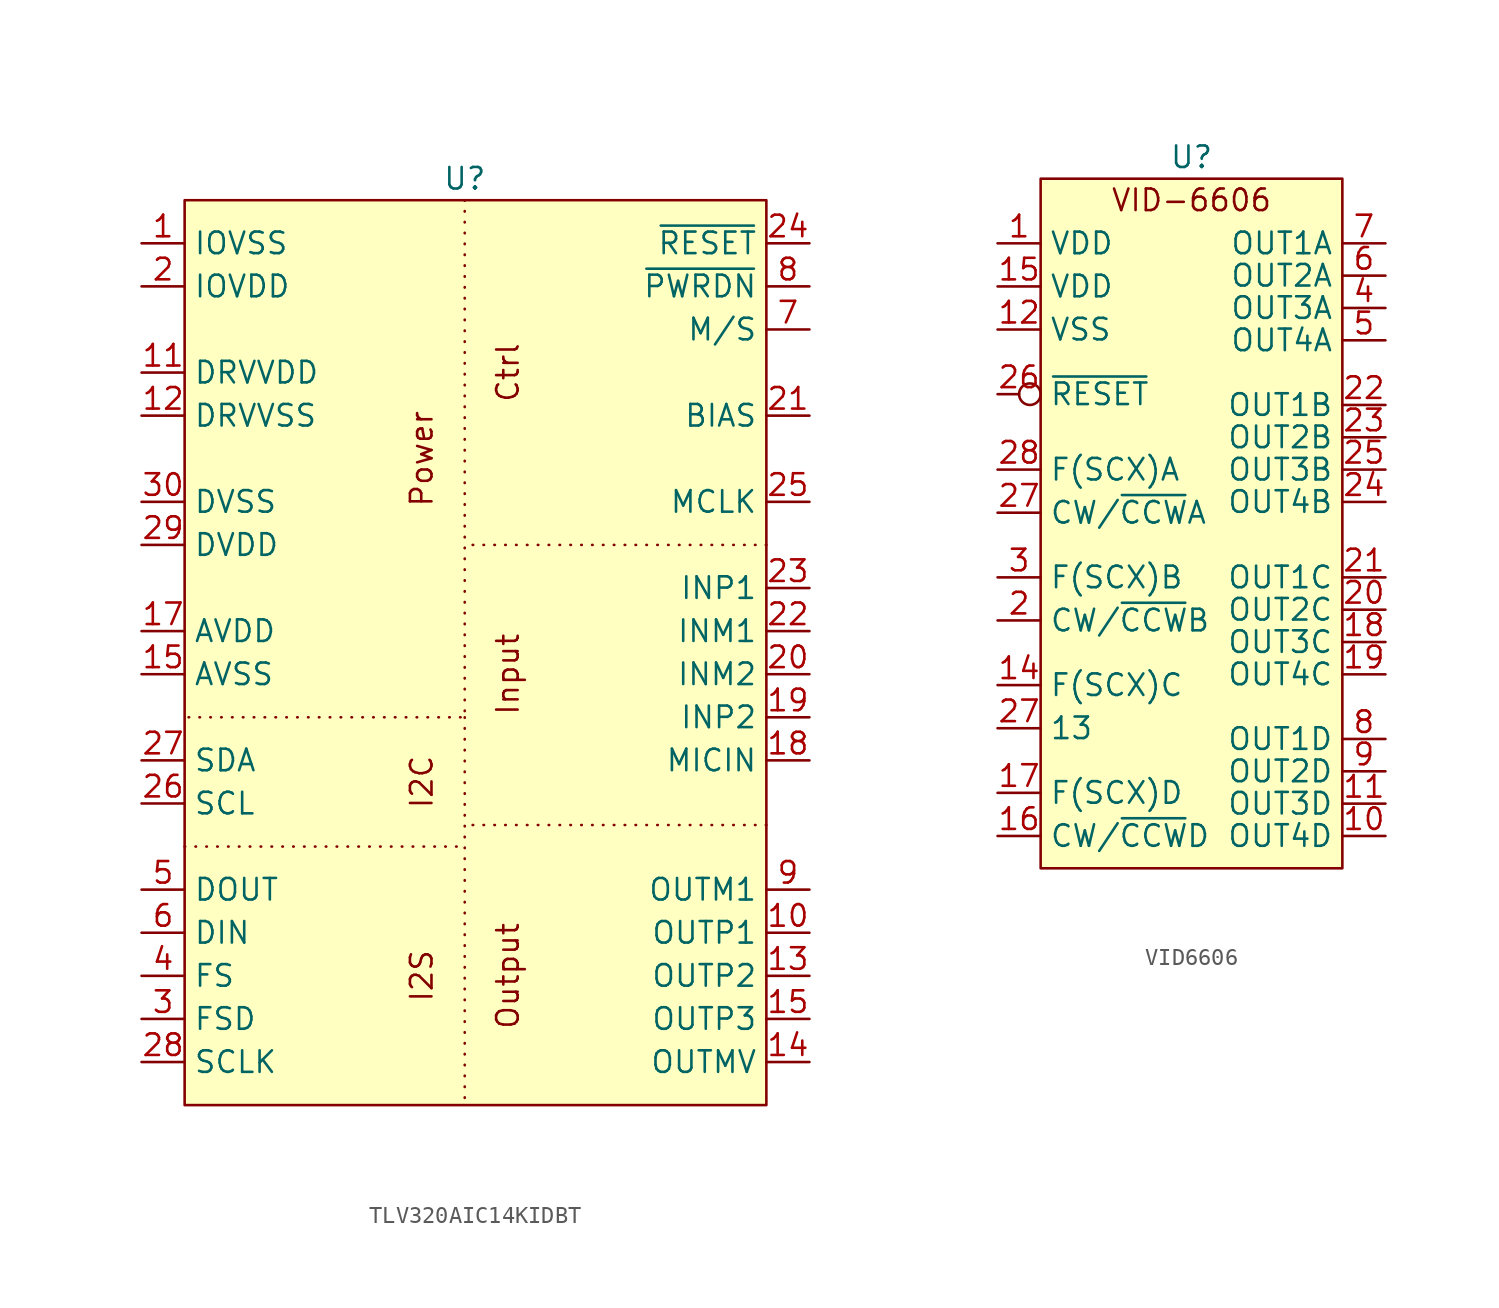
<source format=kicad_sym>
(kicad_symbol_lib
  (version 20220914)
  (generator kicad_symbol_editor)
  (symbol "TLV320AIC14KIDBT"
    (property "Reference" "U"
      (at 12.7 0 0)
      (effects (font (size 1.27 1.27))))
    (property "Value" ""
      (at 0 0 0)
      (effects (font (size 1.27 1.27))))
    (symbol "TLV320AIC14KIDBT_1_1"
      (rectangle (start -3.81 -1.27) (end 30.48 -54.61) (stroke (width 0) (type default)) (fill (type background)))
      (polyline (pts (xy -3.81 -39.37) (xy 12.7 -39.37)) (stroke (width 0) (type dot)) (fill (type none)))
      (polyline (pts (xy 12.7 -31.75) (xy 12.7 -54.61)) (stroke (width 0) (type dot)) (fill (type none)))
      (polyline (pts (xy 30.48 -38.1) (xy 12.7 -38.1)) (stroke (width 0) (type dot)) (fill (type none)))
      (polyline (pts (xy 30.48 -21.59) (xy 12.7 -21.59)) (stroke (width 0) (type dot)) (fill (type none)))
      (polyline (pts (xy 12.7 -1.27) (xy 12.7 -31.75) (xy -3.81 -31.75)) (stroke (width 0) (type dot)) (fill (type none)))
      (text "Ctrl" (at 15.24 -11.43 900) (effects (font (size 1.27 1.27))))
      (text "I2C" (at 10.16 -35.56 900) (effects (font (size 1.27 1.27))))
      (text "I2S" (at 10.16 -46.99 900) (effects (font (size 1.27 1.27))))
      (text "Input" (at 15.24 -29.21 900) (effects (font (size 1.27 1.27))))
      (text "Output" (at 15.24 -46.99 900) (effects (font (size 1.27 1.27))))
      (text "Power" (at 10.16 -16.51 900) (effects (font (size 1.27 1.27))))
      (pin power_in line (at -6.35 -3.81 0) (length 2.54) (name "IOVSS" (effects (font (size 1.27 1.27)))) (number "1" (effects (font (size 1.27 1.27)))))
      (pin output line (at 33.02 -44.45 180) (length 2.54) (name "OUTP1" (effects (font (size 1.27 1.27)))) (number "10" (effects (font (size 1.27 1.27)))))
      (pin power_in line (at -6.35 -11.43 0) (length 2.54) (name "DRVVDD" (effects (font (size 1.27 1.27)))) (number "11" (effects (font (size 1.27 1.27)))))
      (pin power_in line (at -6.35 -13.97 0) (length 2.54) (name "DRVVSS" (effects (font (size 1.27 1.27)))) (number "12" (effects (font (size 1.27 1.27)))))
      (pin output line (at 33.02 -46.99 180) (length 2.54) (name "OUTP2" (effects (font (size 1.27 1.27)))) (number "13" (effects (font (size 1.27 1.27)))))
      (pin output line (at 33.02 -52.07 180) (length 2.54) (name "OUTMV" (effects (font (size 1.27 1.27)))) (number "14" (effects (font (size 1.27 1.27)))))
      (pin power_in line (at -6.35 -29.21 0) (length 2.54) (name "AVSS" (effects (font (size 1.27 1.27)))) (number "15" (effects (font (size 1.27 1.27)))))
      (pin output line (at 33.02 -49.53 180) (length 2.54) (name "OUTP3" (effects (font (size 1.27 1.27)))) (number "15" (effects (font (size 1.27 1.27)))))
      (pin power_in line (at -6.35 -26.67 0) (length 2.54) (name "AVDD" (effects (font (size 1.27 1.27)))) (number "17" (effects (font (size 1.27 1.27)))))
      (pin input line (at 33.02 -34.29 180) (length 2.54) (name "MICIN" (effects (font (size 1.27 1.27)))) (number "18" (effects (font (size 1.27 1.27)))))
      (pin input line (at 33.02 -31.75 180) (length 2.54) (name "INP2" (effects (font (size 1.27 1.27)))) (number "19" (effects (font (size 1.27 1.27)))))
      (pin power_in line (at -6.35 -6.35 0) (length 2.54) (name "IOVDD" (effects (font (size 1.27 1.27)))) (number "2" (effects (font (size 1.27 1.27)))))
      (pin input line (at 33.02 -29.21 180) (length 2.54) (name "INM2" (effects (font (size 1.27 1.27)))) (number "20" (effects (font (size 1.27 1.27)))))
      (pin output line (at 33.02 -13.97 180) (length 2.54) (name "BIAS" (effects (font (size 1.27 1.27)))) (number "21" (effects (font (size 1.27 1.27)))))
      (pin input line (at 33.02 -26.67 180) (length 2.54) (name "INM1" (effects (font (size 1.27 1.27)))) (number "22" (effects (font (size 1.27 1.27)))))
      (pin input line (at 33.02 -24.13 180) (length 2.54) (name "INP1" (effects (font (size 1.27 1.27)))) (number "23" (effects (font (size 1.27 1.27)))))
      (pin bidirectional line (at 33.02 -3.81 180) (length 2.54) (name "~{RESET}" (effects (font (size 1.27 1.27)))) (number "24" (effects (font (size 1.27 1.27)))))
      (pin bidirectional line (at 33.02 -19.05 180) (length 2.54) (name "MCLK" (effects (font (size 1.27 1.27)))) (number "25" (effects (font (size 1.27 1.27)))))
      (pin bidirectional line (at -6.35 -36.83 0) (length 2.54) (name "SCL" (effects (font (size 1.27 1.27)))) (number "26" (effects (font (size 1.27 1.27)))))
      (pin bidirectional line (at -6.35 -34.29 0) (length 2.54) (name "SDA" (effects (font (size 1.27 1.27)))) (number "27" (effects (font (size 1.27 1.27)))))
      (pin bidirectional line (at -6.35 -52.07 0) (length 2.54) (name "SCLK" (effects (font (size 1.27 1.27)))) (number "28" (effects (font (size 1.27 1.27)))))
      (pin power_in line (at -6.35 -21.59 0) (length 2.54) (name "DVDD" (effects (font (size 1.27 1.27)))) (number "29" (effects (font (size 1.27 1.27)))))
      (pin output line (at -6.35 -49.53 0) (length 2.54) (name "FSD" (effects (font (size 1.27 1.27)))) (number "3" (effects (font (size 1.27 1.27)))))
      (pin power_in line (at -6.35 -19.05 0) (length 2.54) (name "DVSS" (effects (font (size 1.27 1.27)))) (number "30" (effects (font (size 1.27 1.27)))))
      (pin bidirectional line (at -6.35 -46.99 0) (length 2.54) (name "FS" (effects (font (size 1.27 1.27)))) (number "4" (effects (font (size 1.27 1.27)))))
      (pin output line (at -6.35 -41.91 0) (length 2.54) (name "DOUT" (effects (font (size 1.27 1.27)))) (number "5" (effects (font (size 1.27 1.27)))))
      (pin input line (at -6.35 -44.45 0) (length 2.54) (name "DIN" (effects (font (size 1.27 1.27)))) (number "6" (effects (font (size 1.27 1.27)))))
      (pin input line (at 33.02 -8.89 180) (length 2.54) (name "M/S" (effects (font (size 1.27 1.27)))) (number "7" (effects (font (size 1.27 1.27)))))
      (pin input line (at 33.02 -6.35 180) (length 2.54) (name "~{PWRDN}" (effects (font (size 1.27 1.27)))) (number "8" (effects (font (size 1.27 1.27)))))
      (pin output line (at 33.02 -41.91 180) (length 2.54) (name "OUTM1" (effects (font (size 1.27 1.27)))) (number "9" (effects (font (size 1.27 1.27)))))))
  (symbol "VID6606"
    (property "Reference" "U"
      (at 0 20.955 0)
      (effects (font (size 1.27 1.27))))
    (property "Value" ""
      (at 7.62 6.35 0)
      (effects (font (size 1.27 1.27))))
    (symbol "VID6606_1_1"
      (rectangle (start -8.89 19.685) (end 8.89 -20.955) (stroke (width 0) (type default)) (fill (type background)))
      (text "VID-6606" (at 0 18.415 0) (effects (font (size 1.27 1.27))))
      (pin power_in line (at -11.43 15.875 0) (length 2.54) (name "VDD" (effects (font (size 1.27 1.27)))) (number "1" (effects (font (size 1.27 1.27)))))
      (pin power_out line (at 11.43 -19.05 180) (length 2.54) (name "OUT4D" (effects (font (size 1.27 1.27)))) (number "10" (effects (font (size 1.27 1.27)))))
      (pin power_out line (at 11.43 -17.145 180) (length 2.54) (name "OUT3D" (effects (font (size 1.27 1.27)))) (number "11" (effects (font (size 1.27 1.27)))))
      (pin power_in line (at -11.43 10.795 0) (length 2.54) (name "VSS" (effects (font (size 1.27 1.27)))) (number "12" (effects (font (size 1.27 1.27)))))
      (pin input line (at -11.43 -10.16 0) (length 2.54) (name "F(SCX)C" (effects (font (size 1.27 1.27)))) (number "14" (effects (font (size 1.27 1.27)))))
      (pin power_in line (at -11.43 13.335 0) (length 2.54) (name "VDD" (effects (font (size 1.27 1.27)))) (number "15" (effects (font (size 1.27 1.27)))))
      (pin input line (at -11.43 -19.05 0) (length 2.54) (name "CW/~{CCW}D" (effects (font (size 1.27 1.27)))) (number "16" (effects (font (size 1.27 1.27)))))
      (pin input line (at -11.43 -16.51 0) (length 2.54) (name "F(SCX)D" (effects (font (size 1.27 1.27)))) (number "17" (effects (font (size 1.27 1.27)))))
      (pin power_out line (at 11.43 -7.62 180) (length 2.54) (name "OUT3C" (effects (font (size 1.27 1.27)))) (number "18" (effects (font (size 1.27 1.27)))))
      (pin power_out line (at 11.43 -9.525 180) (length 2.54) (name "OUT4C" (effects (font (size 1.27 1.27)))) (number "19" (effects (font (size 1.27 1.27)))))
      (pin input line (at -11.43 -6.35 0) (length 2.54) (name "CW/~{CCW}B" (effects (font (size 1.27 1.27)))) (number "2" (effects (font (size 1.27 1.27)))))
      (pin power_out line (at 11.43 -5.715 180) (length 2.54) (name "OUT2C" (effects (font (size 1.27 1.27)))) (number "20" (effects (font (size 1.27 1.27)))))
      (pin power_out line (at 11.43 -3.81 180) (length 2.54) (name "OUT1C" (effects (font (size 1.27 1.27)))) (number "21" (effects (font (size 1.27 1.27)))))
      (pin power_out line (at 11.43 6.35 180) (length 2.54) (name "OUT1B" (effects (font (size 1.27 1.27)))) (number "22" (effects (font (size 1.27 1.27)))))
      (pin power_out line (at 11.43 4.445 180) (length 2.54) (name "OUT2B" (effects (font (size 1.27 1.27)))) (number "23" (effects (font (size 1.27 1.27)))))
      (pin power_out line (at 11.43 0.635 180) (length 2.54) (name "OUT4B" (effects (font (size 1.27 1.27)))) (number "24" (effects (font (size 1.27 1.27)))))
      (pin power_out line (at 11.43 2.54 180) (length 2.54) (name "OUT3B" (effects (font (size 1.27 1.27)))) (number "25" (effects (font (size 1.27 1.27)))))
      (pin input inverted (at -11.43 6.985 0) (length 2.54) (name "~{RESET}" (effects (font (size 1.27 1.27)))) (number "26" (effects (font (size 1.27 1.27)))))
      (pin input line (at -11.43 -12.7 0) (length 2.54) (name "13" (effects (font (size 1.27 1.27)))) (number "27" (effects (font (size 1.27 1.27)))))
      (pin input line (at -11.43 0 0) (length 2.54) (name "CW/~{CCW}A" (effects (font (size 1.27 1.27)))) (number "27" (effects (font (size 1.27 1.27)))))
      (pin input line (at -11.43 2.54 0) (length 2.54) (name "F(SCX)A" (effects (font (size 1.27 1.27)))) (number "28" (effects (font (size 1.27 1.27)))))
      (pin input line (at -11.43 -3.81 0) (length 2.54) (name "F(SCX)B" (effects (font (size 1.27 1.27)))) (number "3" (effects (font (size 1.27 1.27)))))
      (pin power_out line (at 11.43 12.065 180) (length 2.54) (name "OUT3A" (effects (font (size 1.27 1.27)))) (number "4" (effects (font (size 1.27 1.27)))))
      (pin power_out line (at 11.43 10.16 180) (length 2.54) (name "OUT4A" (effects (font (size 1.27 1.27)))) (number "5" (effects (font (size 1.27 1.27)))))
      (pin power_out line (at 11.43 13.97 180) (length 2.54) (name "OUT2A" (effects (font (size 1.27 1.27)))) (number "6" (effects (font (size 1.27 1.27)))))
      (pin power_out line (at 11.43 15.875 180) (length 2.54) (name "OUT1A" (effects (font (size 1.27 1.27)))) (number "7" (effects (font (size 1.27 1.27)))))
      (pin power_out line (at 11.43 -13.335 180) (length 2.54) (name "OUT1D" (effects (font (size 1.27 1.27)))) (number "8" (effects (font (size 1.27 1.27)))))
      (pin power_out line (at 11.43 -15.24 180) (length 2.54) (name "OUT2D" (effects (font (size 1.27 1.27)))) (number "9" (effects (font (size 1.27 1.27))))))))
</source>
